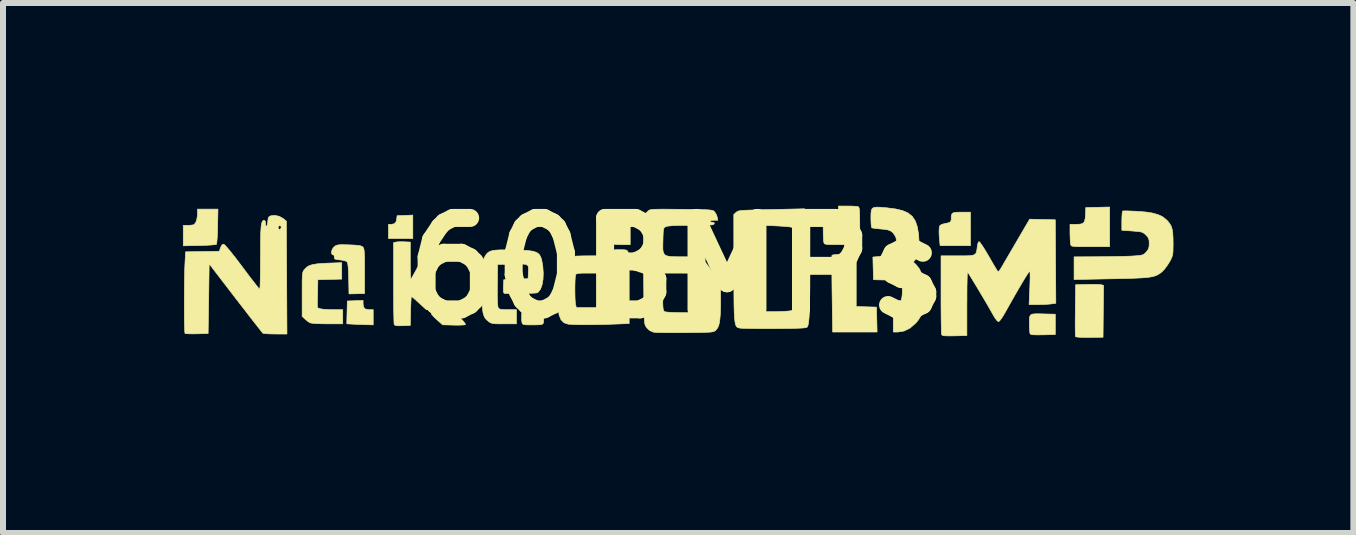
<source format=kicad_pcb>
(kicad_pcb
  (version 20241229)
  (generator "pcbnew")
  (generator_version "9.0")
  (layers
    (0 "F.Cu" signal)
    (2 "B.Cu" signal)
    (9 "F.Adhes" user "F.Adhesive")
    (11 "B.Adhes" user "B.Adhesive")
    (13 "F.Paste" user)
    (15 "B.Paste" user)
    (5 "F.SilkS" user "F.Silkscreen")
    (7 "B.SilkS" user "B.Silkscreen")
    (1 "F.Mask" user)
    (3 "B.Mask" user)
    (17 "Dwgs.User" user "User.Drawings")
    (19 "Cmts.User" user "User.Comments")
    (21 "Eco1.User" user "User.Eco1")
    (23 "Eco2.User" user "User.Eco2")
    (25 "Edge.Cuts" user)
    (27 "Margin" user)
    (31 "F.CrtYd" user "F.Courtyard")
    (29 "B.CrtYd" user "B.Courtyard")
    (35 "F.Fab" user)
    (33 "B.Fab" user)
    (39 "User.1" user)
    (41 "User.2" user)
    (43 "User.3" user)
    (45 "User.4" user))
  (footprint "60BMPs"
    (layer "F.Cu")
    (at 8.235 1.418)
    (property "Reference" "60BMPs" (at 0 0 0) (layer "F.SilkS") (effects (font (size 1.524 1.524) (thickness 0.3))))
    (attr through_hole)
    (fp_poly (pts (xy -4.403 -0.491) (xy -4.809 -0.491) (xy -4.809 -0.728) (xy -4.76 -0.728) (xy -4.711 -0.738) (xy -4.683 -0.77) (xy -4.671 -0.821) (xy -4.665 -0.872) (xy -4.534 -0.877) (xy -4.403 -0.882) (xy -4.403 -0.491)) (stroke (width 0.01) (type solid)) (fill yes) (layer "F.SilkS"))
    (fp_poly (pts (xy -5.232 0.597) (xy -5.224 0.652) (xy -5.196 0.683) (xy -5.143 0.694) (xy -5.127 0.694) (xy -5.063 0.694) (xy -5.063 0.948) (xy -5.186 0.945) (xy -5.266 0.942) (xy -5.349 0.939) (xy -5.407 0.936) (xy -5.504 0.93) (xy -5.495 0.55) (xy -5.364 0.545) (xy -5.232 0.54) (xy -5.232 0.597)) (stroke (width 0.01) (type solid)) (fill yes) (layer "F.SilkS"))
    (fp_poly (pts (xy -0.779 -0.389) (xy -0.923 -0.389) (xy -0.992 -0.391) (xy -1.042 -0.396) (xy -1.067 -0.404) (xy -1.069 -0.406) (xy -1.075 -0.439) (xy -1.075 -0.44) (xy -1.081 -0.472) (xy -1.082 -0.482) (xy -1.099 -0.501) (xy -1.146 -0.511) (xy -1.147 -0.511) (xy -1.211 -0.516) (xy -1.216 -0.682) (xy -1.22 -0.847) (xy -1 -0.847) (xy -0.779 -0.847) (xy -0.779 -0.389)) (stroke (width 0.01) (type solid)) (fill yes) (layer "F.SilkS"))
    (fp_poly (pts (xy -3.938 0.721) (xy -3.874 0.725) (xy -3.708 0.737) (xy -3.613 0.832) (xy -3.569 0.878) (xy -3.538 0.916) (xy -3.524 0.939) (xy -3.524 0.942) (xy -3.543 0.948) (xy -3.588 0.951) (xy -3.653 0.953) (xy -3.718 0.952) (xy -3.906 0.947) (xy -4.002 0.862) (xy -4.059 0.808) (xy -4.091 0.769) (xy -4.096 0.742) (xy -4.073 0.726) (xy -4.021 0.72) (xy -3.938 0.721)) (stroke (width 0.01) (type solid)) (fill yes) (layer "F.SilkS"))
    (fp_poly (pts (xy 2.79 -0.225) (xy 2.989 -0.222) (xy 2.989 0.642) (xy 3.158 0.647) (xy 3.327 0.652) (xy 3.332 0.859) (xy 3.337 1.067) (xy 2.596 1.067) (xy 2.587 0.437) (xy 2.585 0.293) (xy 2.584 0.161) (xy 2.583 0.042) (xy 2.582 -0.058) (xy 2.582 -0.136) (xy 2.583 -0.188) (xy 2.584 -0.211) (xy 2.584 -0.211) (xy 2.604 -0.219) (xy 2.654 -0.224) (xy 2.731 -0.226) (xy 2.79 -0.225)) (stroke (width 0.01) (type solid)) (fill yes) (layer "F.SilkS"))
    (fp_poly (pts (xy 6.13 0.766) (xy 6.308 0.77) (xy 6.308 1.109) (xy 6.102 1.114) (xy 6.014 1.115) (xy 5.954 1.114) (xy 5.917 1.111) (xy 5.896 1.104) (xy 5.887 1.092) (xy 5.886 1.091) (xy 5.881 1.062) (xy 5.878 1.01) (xy 5.876 0.943) (xy 5.876 0.922) (xy 5.876 0.859) (xy 5.88 0.815) (xy 5.893 0.786) (xy 5.92 0.77) (xy 5.965 0.764) (xy 6.035 0.763) (xy 6.13 0.766)) (stroke (width 0.01) (type solid)) (fill yes) (layer "F.SilkS"))
    (fp_poly (pts (xy 6.995 0.274) (xy 7.049 0.276) (xy 7.074 0.279) (xy 7.113 0.289) (xy 7.108 0.721) (xy 7.104 1.154) (xy 6.877 1.157) (xy 6.779 1.157) (xy 6.705 1.154) (xy 6.659 1.149) (xy 6.644 1.143) (xy 6.642 1.122) (xy 6.641 1.072) (xy 6.64 0.997) (xy 6.64 0.903) (xy 6.641 0.794) (xy 6.642 0.702) (xy 6.646 0.279) (xy 6.841 0.274) (xy 6.923 0.273) (xy 6.995 0.274)) (stroke (width 0.01) (type solid)) (fill yes) (layer "F.SilkS"))
    (fp_poly (pts (xy 4.894 -0.373) (xy 4.388 -0.373) (xy 4.377 -0.478) (xy 4.372 -0.548) (xy 4.37 -0.615) (xy 4.372 -0.651) (xy 4.375 -0.685) (xy 4.385 -0.708) (xy 4.406 -0.723) (xy 4.445 -0.736) (xy 4.51 -0.75) (xy 4.525 -0.753) (xy 4.56 -0.768) (xy 4.572 -0.799) (xy 4.572 -0.809) (xy 4.574 -0.864) (xy 4.583 -0.9) (xy 4.606 -0.92) (xy 4.648 -0.929) (xy 4.716 -0.931) (xy 4.743 -0.931) (xy 4.894 -0.931) (xy 4.894 -0.373)) (stroke (width 0.01) (type solid)) (fill yes) (layer "F.SilkS"))
    (fp_poly (pts (xy -7.657 -0.696) (xy -7.659 -0.6) (xy -7.663 -0.516) (xy -7.668 -0.45) (xy -7.673 -0.408) (xy -7.676 -0.395) (xy -7.697 -0.39) (xy -7.746 -0.385) (xy -7.817 -0.38) (xy -7.903 -0.377) (xy -7.96 -0.375) (xy -8.23 -0.37) (xy -8.23 -0.711) (xy -8.149 -0.711) (xy -8.097 -0.714) (xy -8.058 -0.721) (xy -8.049 -0.725) (xy -8.022 -0.758) (xy -8.003 -0.815) (xy -7.993 -0.886) (xy -7.993 -0.907) (xy -7.993 -0.982) (xy -7.651 -0.982) (xy -7.657 -0.696)) (stroke (width 0.01) (type solid)) (fill yes) (layer "F.SilkS"))
    (fp_poly (pts (xy -0.968 -0.305) (xy -0.938 -0.305) (xy -0.878 -0.304) (xy -0.844 -0.298) (xy -0.825 -0.286) (xy -0.813 -0.263) (xy -0.812 -0.261) (xy -0.808 -0.232) (xy -0.803 -0.175) (xy -0.8 -0.094) (xy -0.797 0.003) (xy -0.796 0.113) (xy -0.796 0.17) (xy -0.796 0.559) (xy -1.101 0.559) (xy -1.101 0.137) (xy -1.101 0.003) (xy -1.101 -0.101) (xy -1.099 -0.178) (xy -1.093 -0.234) (xy -1.083 -0.27) (xy -1.067 -0.292) (xy -1.043 -0.302) (xy -1.011 -0.305) (xy -0.968 -0.305)) (stroke (width 0.01) (type solid)) (fill yes) (layer "F.SilkS"))
    (fp_poly (pts (xy 7.214 -0.356) (xy 6.894 -0.356) (xy 6.783 -0.356) (xy 6.7 -0.356) (xy 6.643 -0.358) (xy 6.605 -0.362) (xy 6.583 -0.367) (xy 6.571 -0.375) (xy 6.566 -0.387) (xy 6.564 -0.394) (xy 6.559 -0.428) (xy 6.556 -0.485) (xy 6.554 -0.555) (xy 6.553 -0.58) (xy 6.553 -0.728) (xy 6.652 -0.728) (xy 6.723 -0.731) (xy 6.769 -0.745) (xy 6.795 -0.776) (xy 6.807 -0.83) (xy 6.811 -0.889) (xy 6.816 -1.008) (xy 7.015 -1.012) (xy 7.214 -1.017) (xy 7.214 -0.356)) (stroke (width 0.01) (type solid)) (fill yes) (layer "F.SilkS"))
    (fp_poly (pts (xy -2.218 0.735) (xy -2.219 0.808) (xy -2.222 0.87) (xy -2.226 0.911) (xy -2.229 0.921) (xy -2.239 0.934) (xy -2.264 0.942) (xy -2.308 0.947) (xy -2.378 0.948) (xy -2.406 0.948) (xy -2.483 0.948) (xy -2.532 0.946) (xy -2.56 0.94) (xy -2.575 0.93) (xy -2.582 0.914) (xy -2.583 0.909) (xy -2.588 0.87) (xy -2.589 0.813) (xy -2.588 0.779) (xy -2.583 0.727) (xy -2.575 0.7) (xy -2.558 0.689) (xy -2.535 0.687) (xy -2.485 0.671) (xy -2.459 0.632) (xy -2.456 0.605) (xy -2.451 0.59) (xy -2.432 0.581) (xy -2.393 0.577) (xy -2.337 0.576) (xy -2.218 0.576) (xy -2.218 0.735)) (stroke (width 0.01) (type solid)) (fill yes) (layer "F.SilkS"))
    (fp_poly (pts (xy 2.914 -1.032) (xy 2.974 -1.029) (xy 3.013 -1.025) (xy 3.021 -1.023) (xy 3.031 -1.015) (xy 3.038 -0.997) (xy 3.043 -0.965) (xy 3.046 -0.914) (xy 3.047 -0.84) (xy 3.048 -0.738) (xy 3.048 -0.701) (xy 3.048 -0.389) (xy 2.754 -0.389) (xy 2.647 -0.39) (xy 2.57 -0.39) (xy 2.517 -0.392) (xy 2.484 -0.396) (xy 2.464 -0.403) (xy 2.455 -0.412) (xy 2.45 -0.425) (xy 2.449 -0.428) (xy 2.444 -0.462) (xy 2.441 -0.519) (xy 2.439 -0.589) (xy 2.439 -0.605) (xy 2.438 -0.745) (xy 2.507 -0.745) (xy 2.569 -0.752) (xy 2.629 -0.768) (xy 2.634 -0.77) (xy 2.692 -0.794) (xy 2.692 -1.033) (xy 2.843 -1.033) (xy 2.914 -1.032)) (stroke (width 0.01) (type solid)) (fill yes) (layer "F.SilkS"))
    (fp_poly (pts (xy -5.588 0.185) (xy -5.787 0.19) (xy -5.986 0.195) (xy -5.995 0.661) (xy -5.951 0.678) (xy -5.916 0.685) (xy -5.856 0.69) (xy -5.783 0.694) (xy -5.739 0.694) (xy -5.571 0.694) (xy -5.571 0.931) (xy -5.829 0.931) (xy -5.935 0.929) (xy -6.022 0.926) (xy -6.085 0.92) (xy -6.119 0.913) (xy -6.121 0.912) (xy -6.157 0.887) (xy -6.198 0.853) (xy -6.202 0.85) (xy -6.248 0.806) (xy -6.248 0.439) (xy -6.248 0.318) (xy -6.248 0.227) (xy -6.246 0.159) (xy -6.243 0.111) (xy -6.238 0.078) (xy -6.23 0.055) (xy -6.22 0.037) (xy -6.212 0.026) (xy -6.177 -0.01) (xy -6.135 -0.037) (xy -6.079 -0.056) (xy -6.003 -0.069) (xy -5.903 -0.077) (xy -5.821 -0.081) (xy -5.588 -0.089) (xy -5.588 0.185)) (stroke (width 0.01) (type solid)) (fill yes) (layer "F.SilkS"))
    (fp_poly (pts (xy -5.507 -0.387) (xy -5.465 -0.386) (xy -5.374 -0.382) (xy -5.312 -0.376) (xy -5.271 -0.369) (xy -5.245 -0.357) (xy -5.236 -0.35) (xy -5.227 -0.337) (xy -5.219 -0.317) (xy -5.214 -0.287) (xy -5.211 -0.241) (xy -5.208 -0.174) (xy -5.207 -0.083) (xy -5.207 0.036) (xy -5.207 0.053) (xy -5.207 0.426) (xy -5.337 0.429) (xy -5.467 0.432) (xy -5.472 0.174) (xy -5.476 0.061) (xy -5.481 -0.021) (xy -5.488 -0.075) (xy -5.498 -0.102) (xy -5.5 -0.105) (xy -5.528 -0.118) (xy -5.577 -0.13) (xy -5.618 -0.135) (xy -5.673 -0.141) (xy -5.701 -0.15) (xy -5.711 -0.164) (xy -5.711 -0.182) (xy -5.717 -0.213) (xy -5.732 -0.22) (xy -5.754 -0.233) (xy -5.759 -0.264) (xy -5.749 -0.304) (xy -5.726 -0.342) (xy -5.711 -0.356) (xy -5.688 -0.372) (xy -5.664 -0.382) (xy -5.63 -0.387) (xy -5.58 -0.389) (xy -5.507 -0.387)) (stroke (width 0.01) (type solid)) (fill yes) (layer "F.SilkS"))
    (fp_poly (pts (xy -1.236 0.085) (xy -1.457 0.085) (xy -1.548 0.085) (xy -1.611 0.087) (xy -1.651 0.091) (xy -1.675 0.098) (xy -1.686 0.108) (xy -1.689 0.114) (xy -1.694 0.145) (xy -1.698 0.201) (xy -1.7 0.275) (xy -1.701 0.358) (xy -1.7 0.441) (xy -1.698 0.517) (xy -1.694 0.578) (xy -1.689 0.614) (xy -1.676 0.66) (xy -0.796 0.66) (xy -0.796 0.926) (xy -1.088 0.937) (xy -1.236 0.942) (xy -1.381 0.944) (xy -1.517 0.945) (xy -1.638 0.944) (xy -1.738 0.941) (xy -1.811 0.936) (xy -1.814 0.936) (xy -1.882 0.913) (xy -1.932 0.863) (xy -1.963 0.787) (xy -1.966 0.776) (xy -1.97 0.737) (xy -1.974 0.671) (xy -1.977 0.583) (xy -1.979 0.48) (xy -1.98 0.369) (xy -1.98 0.337) (xy -1.981 -0.03) (xy -1.918 -0.101) (xy -1.883 -0.135) (xy -1.847 -0.161) (xy -1.804 -0.18) (xy -1.747 -0.192) (xy -1.673 -0.199) (xy -1.575 -0.202) (xy -1.477 -0.203) (xy -1.236 -0.203) (xy -1.236 0.085)) (stroke (width 0.01) (type solid)) (fill yes) (layer "F.SilkS"))
    (fp_poly (pts (xy 7.506 -0.952) (xy 7.575 -0.949) (xy 7.657 -0.946) (xy 7.667 -0.945) (xy 7.812 -0.934) (xy 7.929 -0.916) (xy 8.022 -0.89) (xy 8.096 -0.855) (xy 8.156 -0.808) (xy 8.176 -0.789) (xy 8.212 -0.745) (xy 8.239 -0.7) (xy 8.256 -0.648) (xy 8.266 -0.582) (xy 8.271 -0.495) (xy 8.272 -0.398) (xy 8.271 -0.315) (xy 8.269 -0.256) (xy 8.262 -0.212) (xy 8.249 -0.173) (xy 8.228 -0.13) (xy 8.214 -0.105) (xy 8.173 -0.04) (xy 8.126 0.022) (xy 8.088 0.061) (xy 8.056 0.087) (xy 8.024 0.108) (xy 7.989 0.125) (xy 7.947 0.139) (xy 7.894 0.15) (xy 7.826 0.159) (xy 7.741 0.165) (xy 7.635 0.17) (xy 7.505 0.174) (xy 7.345 0.178) (xy 7.238 0.18) (xy 6.621 0.192) (xy 6.621 -0.186) (xy 7.032 -0.188) (xy 7.158 -0.189) (xy 7.284 -0.191) (xy 7.401 -0.193) (xy 7.503 -0.196) (xy 7.582 -0.199) (xy 7.609 -0.201) (xy 7.686 -0.206) (xy 7.737 -0.213) (xy 7.771 -0.222) (xy 7.795 -0.237) (xy 7.819 -0.261) (xy 7.825 -0.267) (xy 7.856 -0.309) (xy 7.871 -0.354) (xy 7.874 -0.408) (xy 7.871 -0.465) (xy 7.857 -0.505) (xy 7.826 -0.543) (xy 7.819 -0.55) (xy 7.792 -0.575) (xy 7.766 -0.591) (xy 7.734 -0.602) (xy 7.686 -0.609) (xy 7.614 -0.615) (xy 7.59 -0.617) (xy 7.417 -0.629) (xy 7.417 -0.787) (xy 7.419 -0.86) (xy 7.423 -0.915) (xy 7.43 -0.947) (xy 7.434 -0.951) (xy 7.456 -0.952) (xy 7.506 -0.952)) (stroke (width 0.01) (type solid)) (fill yes) (layer "F.SilkS"))
    (fp_poly (pts (xy -4.546 -0.437) (xy -4.445 -0.432) (xy -4.445 -0.123) (xy -4.445 -0.025) (xy -4.443 0.061) (xy -4.441 0.128) (xy -4.439 0.171) (xy -4.436 0.186) (xy -4.426 0.172) (xy -4.403 0.133) (xy -4.37 0.074) (xy -4.331 0.002) (xy -4.312 -0.034) (xy -4.197 -0.254) (xy -4.046 -0.254) (xy -3.972 -0.253) (xy -3.926 -0.249) (xy -3.902 -0.242) (xy -3.895 -0.23) (xy -3.895 -0.228) (xy -3.902 -0.205) (xy -3.922 -0.158) (xy -3.953 -0.091) (xy -3.991 -0.011) (xy -4.021 0.05) (xy -4.063 0.136) (xy -4.098 0.212) (xy -4.123 0.273) (xy -4.138 0.314) (xy -4.139 0.327) (xy -4.124 0.347) (xy -4.088 0.384) (xy -4.038 0.434) (xy -3.978 0.491) (xy -3.97 0.498) (xy -3.91 0.556) (xy -3.86 0.607) (xy -3.825 0.646) (xy -3.81 0.669) (xy -3.81 0.67) (xy -3.816 0.681) (xy -3.838 0.688) (xy -3.882 0.692) (xy -3.951 0.694) (xy -3.994 0.694) (xy -4.178 0.694) (xy -4.3 0.582) (xy -4.352 0.535) (xy -4.394 0.499) (xy -4.421 0.479) (xy -4.428 0.476) (xy -4.43 0.495) (xy -4.433 0.541) (xy -4.436 0.608) (xy -4.439 0.69) (xy -4.44 0.72) (xy -4.445 0.957) (xy -4.574 0.962) (xy -4.642 0.963) (xy -4.684 0.96) (xy -4.705 0.951) (xy -4.714 0.939) (xy -4.716 0.917) (xy -4.718 0.864) (xy -4.72 0.785) (xy -4.722 0.684) (xy -4.723 0.564) (xy -4.724 0.429) (xy -4.724 0.284) (xy -4.724 0.244) (xy -4.724 -0.423) (xy -4.686 -0.432) (xy -4.648 -0.437) (xy -4.59 -0.438) (xy -4.546 -0.437)) (stroke (width 0.01) (type solid)) (fill yes) (layer "F.SilkS"))
    (fp_poly (pts (xy 3.405 -1.012) (xy 3.496 -1.004) (xy 3.644 -0.985) (xy 3.763 -0.957) (xy 3.855 -0.916) (xy 3.924 -0.86) (xy 3.974 -0.785) (xy 4.007 -0.689) (xy 4.028 -0.569) (xy 4.03 -0.549) (xy 4.037 -0.427) (xy 4.031 -0.316) (xy 4.013 -0.224) (xy 3.984 -0.156) (xy 3.978 -0.147) (xy 3.942 -0.098) (xy 3.988 -0.055) (xy 4.044 0.017) (xy 4.089 0.115) (xy 4.121 0.231) (xy 4.139 0.358) (xy 4.14 0.49) (xy 4.133 0.567) (xy 4.109 0.688) (xy 4.074 0.786) (xy 4.022 0.871) (xy 3.979 0.921) (xy 3.887 1.001) (xy 3.788 1.05) (xy 3.686 1.067) (xy 3.607 1.067) (xy 3.607 0.855) (xy 3.608 0.763) (xy 3.61 0.7) (xy 3.616 0.662) (xy 3.624 0.645) (xy 3.629 0.643) (xy 3.654 0.632) (xy 3.689 0.604) (xy 3.7 0.592) (xy 3.729 0.557) (xy 3.745 0.518) (xy 3.754 0.463) (xy 3.756 0.434) (xy 3.758 0.374) (xy 3.754 0.334) (xy 3.739 0.303) (xy 3.71 0.266) (xy 3.709 0.266) (xy 3.655 0.204) (xy 3.466 0.2) (xy 3.277 0.195) (xy 3.267 -0.183) (xy 3.415 -0.195) (xy 3.505 -0.207) (xy 3.569 -0.226) (xy 3.612 -0.256) (xy 3.64 -0.303) (xy 3.657 -0.354) (xy 3.666 -0.44) (xy 3.647 -0.521) (xy 3.603 -0.587) (xy 3.591 -0.597) (xy 3.558 -0.62) (xy 3.517 -0.635) (xy 3.458 -0.645) (xy 3.403 -0.65) (xy 3.337 -0.656) (xy 3.283 -0.663) (xy 3.252 -0.669) (xy 3.249 -0.67) (xy 3.242 -0.69) (xy 3.237 -0.736) (xy 3.235 -0.799) (xy 3.234 -0.829) (xy 3.235 -0.904) (xy 3.24 -0.957) (xy 3.255 -0.991) (xy 3.284 -1.009) (xy 3.332 -1.015) (xy 3.405 -1.012)) (stroke (width 0.01) (type solid)) (fill yes) (layer "F.SilkS"))
    (fp_poly (pts (xy -2.724 -0.301) (xy -2.588 -0.297) (xy -2.482 -0.291) (xy -2.402 -0.28) (xy -2.344 -0.262) (xy -2.302 -0.234) (xy -2.275 -0.195) (xy -2.256 -0.141) (xy -2.243 -0.071) (xy -2.236 -0.028) (xy -2.228 0.084) (xy -2.232 0.188) (xy -2.248 0.279) (xy -2.274 0.352) (xy -2.31 0.4) (xy -2.333 0.414) (xy -2.356 0.417) (xy -2.407 0.42) (xy -2.478 0.422) (xy -2.563 0.424) (xy -2.653 0.425) (xy -2.743 0.426) (xy -2.826 0.425) (xy -2.875 0.424) (xy -2.887 0.414) (xy -2.893 0.381) (xy -2.893 0.32) (xy -2.892 0.309) (xy -2.887 0.195) (xy -2.481 0.178) (xy -2.476 0.064) (xy -2.474 0.016) (xy -2.476 -0.019) (xy -2.487 -0.043) (xy -2.512 -0.058) (xy -2.554 -0.065) (xy -2.619 -0.067) (xy -2.711 -0.065) (xy -2.769 -0.064) (xy -2.989 -0.059) (xy -2.993 0.284) (xy -2.994 0.416) (xy -2.993 0.522) (xy -2.989 0.6) (xy -2.984 0.648) (xy -2.98 0.661) (xy -2.967 0.677) (xy -2.945 0.687) (xy -2.907 0.693) (xy -2.845 0.694) (xy -2.819 0.694) (xy -2.675 0.694) (xy -2.675 0.931) (xy -2.883 0.931) (xy -2.971 0.931) (xy -3.032 0.929) (xy -3.074 0.924) (xy -3.103 0.915) (xy -3.128 0.901) (xy -3.143 0.889) (xy -3.175 0.862) (xy -3.2 0.832) (xy -3.218 0.795) (xy -3.232 0.748) (xy -3.241 0.685) (xy -3.247 0.602) (xy -3.25 0.496) (xy -3.251 0.362) (xy -3.251 0.308) (xy -3.251 0.18) (xy -3.25 0.082) (xy -3.249 0.007) (xy -3.246 -0.048) (xy -3.241 -0.088) (xy -3.234 -0.119) (xy -3.225 -0.144) (xy -3.213 -0.17) (xy -3.213 -0.17) (xy -3.189 -0.213) (xy -3.163 -0.246) (xy -3.131 -0.27) (xy -3.088 -0.287) (xy -3.029 -0.297) (xy -2.95 -0.302) (xy -2.846 -0.302) (xy -2.724 -0.301)) (stroke (width 0.01) (type solid)) (fill yes) (layer "F.SilkS"))
    (fp_poly (pts (xy -6.628 -0.861) (xy -6.562 -0.823) (xy -6.511 -0.782) (xy -6.506 0.159) (xy -6.501 1.101) (xy -6.692 1.1) (xy -6.77 1.099) (xy -6.836 1.096) (xy -6.883 1.092) (xy -6.901 1.088) (xy -6.915 1.072) (xy -6.947 1.032) (xy -6.995 0.971) (xy -7.057 0.892) (xy -7.131 0.797) (xy -7.214 0.689) (xy -7.305 0.572) (xy -7.358 0.503) (xy -7.798 -0.07) (xy -7.806 0.511) (xy -7.815 1.092) (xy -8.002 1.097) (xy -8.078 1.098) (xy -8.142 1.097) (xy -8.185 1.094) (xy -8.201 1.09) (xy -8.204 1.07) (xy -8.207 1.021) (xy -8.209 0.948) (xy -8.211 0.854) (xy -8.212 0.746) (xy -8.212 0.627) (xy -8.212 0.502) (xy -8.211 0.376) (xy -8.21 0.254) (xy -8.208 0.14) (xy -8.206 0.038) (xy -8.203 -0.045) (xy -8.202 -0.065) (xy -8.191 -0.27) (xy -7.628 -0.279) (xy -7.609 -0.339) (xy -7.586 -0.384) (xy -7.559 -0.398) (xy -7.538 -0.384) (xy -7.499 -0.342) (xy -7.441 -0.272) (xy -7.364 -0.176) (xy -7.27 -0.052) (xy -7.248 -0.023) (xy -7.175 0.075) (xy -7.108 0.164) (xy -7.049 0.239) (xy -7.003 0.299) (xy -6.971 0.338) (xy -6.956 0.354) (xy -6.955 0.354) (xy -6.952 0.338) (xy -6.949 0.292) (xy -6.947 0.221) (xy -6.945 0.128) (xy -6.944 0.017) (xy -6.943 -0.108) (xy -6.943 -0.177) (xy -6.942 -0.34) (xy -6.941 -0.472) (xy -6.939 -0.577) (xy -6.934 -0.657) (xy -6.933 -0.672) (xy -6.649 -0.672) (xy -6.637 -0.648) (xy -6.622 -0.643) (xy -6.604 -0.657) (xy -6.598 -0.668) (xy -6.599 -0.696) (xy -6.62 -0.708) (xy -6.641 -0.698) (xy -6.649 -0.672) (xy -6.933 -0.672) (xy -6.929 -0.715) (xy -6.92 -0.755) (xy -6.91 -0.78) (xy -6.897 -0.792) (xy -6.881 -0.796) (xy -6.863 -0.781) (xy -6.858 -0.745) (xy -6.854 -0.705) (xy -6.844 -0.695) (xy -6.833 -0.71) (xy -6.823 -0.75) (xy -6.821 -0.774) (xy -6.815 -0.825) (xy -6.802 -0.853) (xy -6.776 -0.868) (xy -6.772 -0.87) (xy -6.703 -0.878) (xy -6.628 -0.861)) (stroke (width 0.01) (type solid)) (fill yes) (layer "F.SilkS"))
    (fp_poly (pts (xy 6.094 -0.809) (xy 6.308 -0.804) (xy 6.317 0.588) (xy 6.238 0.599) (xy 6.182 0.604) (xy 6.108 0.608) (xy 6.028 0.61) (xy 6.015 0.61) (xy 5.871 0.61) (xy 5.883 0.33) (xy 5.886 0.237) (xy 5.888 0.158) (xy 5.887 0.096) (xy 5.884 0.059) (xy 5.881 0.051) (xy 5.868 0.065) (xy 5.841 0.106) (xy 5.802 0.168) (xy 5.753 0.249) (xy 5.697 0.345) (xy 5.635 0.452) (xy 5.57 0.566) (xy 5.504 0.684) (xy 5.489 0.711) (xy 5.449 0.781) (xy 5.412 0.839) (xy 5.382 0.878) (xy 5.365 0.894) (xy 5.34 0.882) (xy 5.307 0.84) (xy 5.283 0.801) (xy 5.241 0.727) (xy 5.192 0.641) (xy 5.138 0.548) (xy 5.081 0.452) (xy 5.025 0.358) (xy 4.972 0.27) (xy 4.925 0.193) (xy 4.886 0.13) (xy 4.859 0.087) (xy 4.845 0.068) (xy 4.844 0.068) (xy 4.842 0.084) (xy 4.84 0.13) (xy 4.838 0.202) (xy 4.836 0.295) (xy 4.835 0.407) (xy 4.835 0.531) (xy 4.834 0.597) (xy 4.834 1.126) (xy 4.629 1.131) (xy 4.541 1.132) (xy 4.481 1.131) (xy 4.444 1.128) (xy 4.423 1.121) (xy 4.414 1.109) (xy 4.413 1.108) (xy 4.411 1.086) (xy 4.409 1.033) (xy 4.407 0.954) (xy 4.405 0.854) (xy 4.404 0.734) (xy 4.403 0.601) (xy 4.403 0.457) (xy 4.403 0.439) (xy 4.403 -0.203) (xy 4.681 -0.203) (xy 4.79 -0.203) (xy 4.87 -0.205) (xy 4.926 -0.211) (xy 4.962 -0.223) (xy 4.984 -0.244) (xy 4.996 -0.276) (xy 5.003 -0.32) (xy 5.007 -0.356) (xy 5.017 -0.409) (xy 5.031 -0.437) (xy 5.038 -0.44) (xy 5.053 -0.426) (xy 5.081 -0.387) (xy 5.119 -0.329) (xy 5.164 -0.255) (xy 5.2 -0.194) (xy 5.247 -0.112) (xy 5.289 -0.04) (xy 5.323 0.016) (xy 5.345 0.051) (xy 5.353 0.06) (xy 5.368 0.052) (xy 5.392 0.02) (xy 5.412 -0.012) (xy 5.434 -0.05) (xy 5.469 -0.111) (xy 5.516 -0.191) (xy 5.571 -0.285) (xy 5.631 -0.388) (xy 5.669 -0.453) (xy 5.88 -0.814) (xy 6.094 -0.809)) (stroke (width 0.01) (type solid)) (fill yes) (layer "F.SilkS"))
    (fp_poly (pts (xy 2.172 -0.933) (xy 2.218 -0.878) (xy 2.217 -0.079) (xy 2.217 0.14) (xy 2.216 0.328) (xy 2.214 0.487) (xy 2.211 0.619) (xy 2.208 0.727) (xy 2.204 0.812) (xy 2.198 0.878) (xy 2.192 0.926) (xy 2.184 0.96) (xy 2.175 0.98) (xy 2.17 0.986) (xy 2.155 0.993) (xy 2.122 0.998) (xy 2.069 1.002) (xy 1.992 1.005) (xy 1.89 1.008) (xy 1.758 1.009) (xy 1.629 1.01) (xy 1.497 1.01) (xy 1.373 1.01) (xy 1.262 1.009) (xy 1.17 1.007) (xy 1.1 1.005) (xy 1.057 1.003) (xy 1.05 1.002) (xy 1.029 0.997) (xy 1.011 0.991) (xy 0.996 0.979) (xy 0.984 0.96) (xy 0.974 0.931) (xy 0.967 0.889) (xy 0.961 0.833) (xy 0.956 0.758) (xy 0.953 0.663) (xy 0.951 0.544) (xy 0.95 0.401) (xy 0.95 0.228) (xy 0.949 0.025) (xy 0.949 0.01) (xy 1.219 0.01) (xy 1.219 0.18) (xy 1.22 0.319) (xy 1.221 0.431) (xy 1.222 0.518) (xy 1.225 0.584) (xy 1.228 0.632) (xy 1.232 0.665) (xy 1.237 0.686) (xy 1.243 0.698) (xy 1.246 0.702) (xy 1.261 0.711) (xy 1.286 0.719) (xy 1.327 0.723) (xy 1.388 0.726) (xy 1.474 0.728) (xy 1.566 0.728) (xy 1.666 0.727) (xy 1.757 0.724) (xy 1.832 0.72) (xy 1.885 0.715) (xy 1.906 0.711) (xy 1.951 0.694) (xy 1.944 0.017) (xy 1.942 -0.154) (xy 1.94 -0.306) (xy 1.936 -0.434) (xy 1.933 -0.538) (xy 1.929 -0.615) (xy 1.924 -0.662) (xy 1.921 -0.677) (xy 1.899 -0.683) (xy 1.85 -0.689) (xy 1.777 -0.695) (xy 1.689 -0.701) (xy 1.596 -0.705) (xy 1.485 -0.709) (xy 1.404 -0.711) (xy 1.346 -0.711) (xy 1.307 -0.708) (xy 1.281 -0.703) (xy 1.264 -0.694) (xy 1.253 -0.686) (xy 1.245 -0.677) (xy 1.238 -0.665) (xy 1.232 -0.647) (xy 1.228 -0.62) (xy 1.224 -0.58) (xy 1.222 -0.525) (xy 1.221 -0.449) (xy 1.22 -0.352) (xy 1.219 -0.229) (xy 1.219 -0.077) (xy 1.219 0.01) (xy 0.949 0.01) (xy 0.949 -0.01) (xy 0.948 -0.892) (xy 0.986 -0.927) (xy 0.998 -0.937) (xy 1.013 -0.945) (xy 1.034 -0.952) (xy 1.065 -0.957) (xy 1.11 -0.961) (xy 1.172 -0.964) (xy 1.256 -0.967) (xy 1.364 -0.97) (xy 1.501 -0.974) (xy 1.575 -0.975) (xy 2.126 -0.987) (xy 2.172 -0.933)) (stroke (width 0.01) (type solid)) (fill yes) (layer "F.SilkS"))
    (fp_poly (pts (xy -0.125 -0.98) (xy 0.008 -0.979) (xy 0.073 -0.979) (xy 0.22 -0.977) (xy 0.336 -0.976) (xy 0.426 -0.974) (xy 0.494 -0.971) (xy 0.543 -0.968) (xy 0.576 -0.963) (xy 0.599 -0.958) (xy 0.614 -0.95) (xy 0.625 -0.941) (xy 0.626 -0.94) (xy 0.654 -0.898) (xy 0.671 -0.851) (xy 0.682 -0.796) (xy 0.611 -0.796) (xy 0.567 -0.792) (xy 0.549 -0.783) (xy 0.55 -0.779) (xy 0.574 -0.765) (xy 0.594 -0.762) (xy 0.622 -0.754) (xy 0.622 -0.736) (xy 0.6 -0.721) (xy 0.575 -0.718) (xy 0.523 -0.716) (xy 0.447 -0.713) (xy 0.353 -0.712) (xy 0.248 -0.711) (xy 0.215 -0.711) (xy 0.077 -0.71) (xy -0.029 -0.708) (xy -0.107 -0.703) (xy -0.159 -0.697) (xy -0.186 -0.689) (xy -0.204 -0.679) (xy -0.216 -0.665) (xy -0.224 -0.641) (xy -0.228 -0.602) (xy -0.231 -0.54) (xy -0.233 -0.46) (xy -0.235 -0.37) (xy -0.234 -0.302) (xy -0.225 -0.254) (xy -0.203 -0.221) (xy -0.166 -0.202) (xy -0.109 -0.191) (xy -0.028 -0.188) (xy 0.082 -0.187) (xy 0.122 -0.187) (xy 0.406 -0.186) (xy 0.567 0.028) (xy 0.728 0.242) (xy 0.728 0.535) (xy 0.727 0.677) (xy 0.722 0.79) (xy 0.714 0.877) (xy 0.701 0.943) (xy 0.683 0.991) (xy 0.659 1.026) (xy 0.651 1.034) (xy 0.638 1.046) (xy 0.623 1.055) (xy 0.604 1.061) (xy 0.575 1.067) (xy 0.532 1.07) (xy 0.472 1.073) (xy 0.391 1.075) (xy 0.284 1.076) (xy 0.148 1.077) (xy 0.131 1.078) (xy 0.005 1.078) (xy -0.112 1.078) (xy -0.214 1.077) (xy -0.297 1.076) (xy -0.357 1.073) (xy -0.388 1.07) (xy -0.389 1.07) (xy -0.452 1.044) (xy -0.498 1.002) (xy -0.518 0.974) (xy -0.525 0.962) (xy -0.531 0.946) (xy -0.536 0.924) (xy -0.541 0.894) (xy -0.544 0.852) (xy -0.547 0.795) (xy -0.549 0.721) (xy -0.551 0.627) (xy -0.552 0.509) (xy -0.553 0.397) (xy -0.237 0.397) (xy -0.237 0.508) (xy -0.236 0.59) (xy -0.233 0.648) (xy -0.229 0.686) (xy -0.223 0.709) (xy -0.214 0.722) (xy -0.207 0.727) (xy -0.18 0.733) (xy -0.125 0.738) (xy -0.048 0.742) (xy 0.046 0.744) (xy 0.106 0.745) (xy 0.389 0.745) (xy 0.399 0.704) (xy 0.403 0.67) (xy 0.405 0.611) (xy 0.405 0.538) (xy 0.404 0.486) (xy 0.398 0.31) (xy 0.229 0.086) (xy -0.004 0.085) (xy -0.237 0.085) (xy -0.237 0.397) (xy -0.553 0.397) (xy -0.553 0.366) (xy -0.555 0.193) (xy -0.556 0.053) (xy -0.557 -0.148) (xy -0.557 -0.317) (xy -0.557 -0.459) (xy -0.557 -0.575) (xy -0.555 -0.669) (xy -0.552 -0.743) (xy -0.547 -0.8) (xy -0.541 -0.844) (xy -0.533 -0.876) (xy -0.523 -0.901) (xy -0.51 -0.92) (xy -0.495 -0.936) (xy -0.484 -0.947) (xy -0.472 -0.958) (xy -0.458 -0.966) (xy -0.439 -0.972) (xy -0.41 -0.976) (xy -0.368 -0.979) (xy -0.309 -0.98) (xy -0.229 -0.981) (xy -0.125 -0.98)) (stroke (width 0.01) (type solid)) (fill yes) (layer "F.SilkS")))
  (gr_rect
    (start -3 -3)
    (end 19.512 5.836)
    (stroke (width 0.1) (type default))
    (fill no)
    (layer "Edge.Cuts")))
</source>
